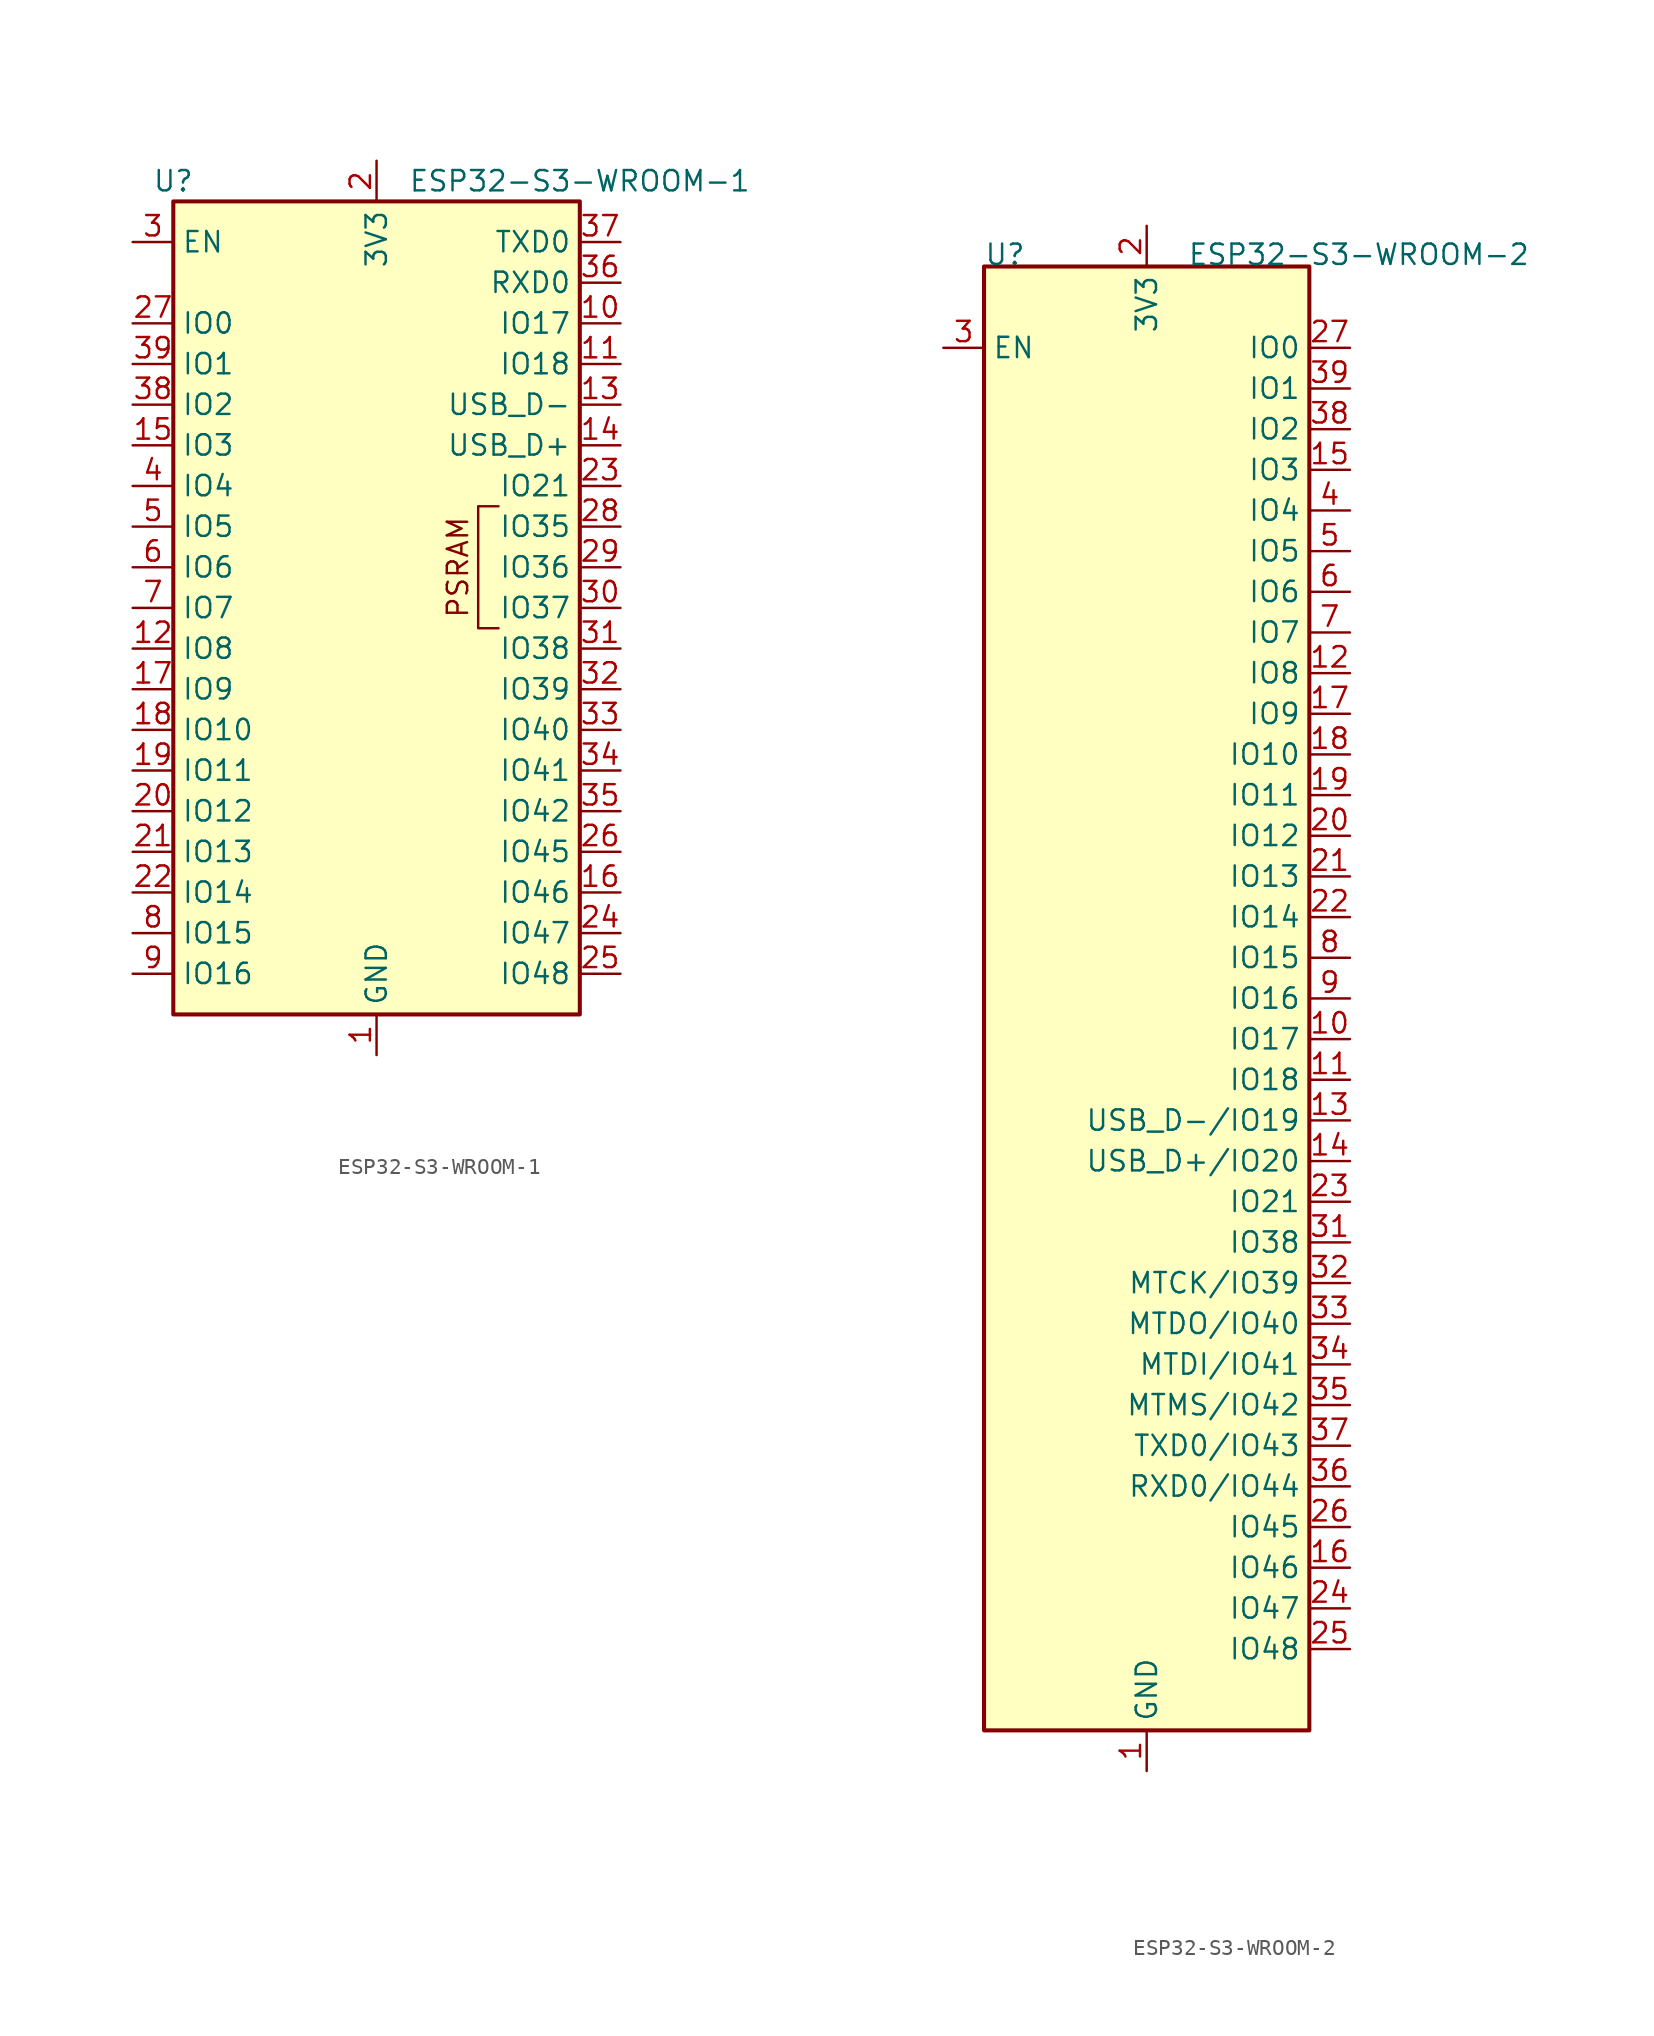
<source format=kicad_sym>
(kicad_symbol_lib
  (version 20241209)
  (generator "kicad_symbol_editor")
  (generator_version "9.0")
  (symbol "ESP32-S3-WROOM-1"
    (property "Reference" "U"
      (at -12.7 26.67 0)
      (effects (font (size 1.27 1.27))))
    (property "Value" "ESP32-S3-WROOM-1"
      (at 12.7 26.67 0)
      (effects (font (size 1.27 1.27))))
    (symbol "ESP32-S3-WROOM-1_0_0"
      (rectangle (start -12.7 25.4) (end 12.7 -25.4) (stroke (width 0.254) (type default)) (fill (type background)))
      (text "PSRAM" (at 5.08 2.54 900) (effects (font (size 1.27 1.27)))))
    (symbol "ESP32-S3-WROOM-1_0_1"
      (polyline (pts (xy 7.62 -1.27) (xy 6.35 -1.27) (xy 6.35 6.35) (xy 7.62 6.35)) (stroke (width 0) (type default)) (fill (type none))))
    (symbol "ESP32-S3-WROOM-1_1_1"
      (pin input line (at -15.24 22.86 0) (length 2.54) (name "EN" (effects (font (size 1.27 1.27)))) (number "3" (effects (font (size 1.27 1.27)))))
      (pin bidirectional line (at -15.24 17.78 0) (length 2.54) (name "IO0" (effects (font (size 1.27 1.27)))) (number "27" (effects (font (size 1.27 1.27)))))
      (pin bidirectional line (at -15.24 15.24 0) (length 2.54) (name "IO1" (effects (font (size 1.27 1.27)))) (number "39" (effects (font (size 1.27 1.27)))))
      (pin bidirectional line (at -15.24 12.7 0) (length 2.54) (name "IO2" (effects (font (size 1.27 1.27)))) (number "38" (effects (font (size 1.27 1.27)))))
      (pin bidirectional line (at -15.24 10.16 0) (length 2.54) (name "IO3" (effects (font (size 1.27 1.27)))) (number "15" (effects (font (size 1.27 1.27)))))
      (pin bidirectional line (at -15.24 7.62 0) (length 2.54) (name "IO4" (effects (font (size 1.27 1.27)))) (number "4" (effects (font (size 1.27 1.27)))))
      (pin bidirectional line (at -15.24 5.08 0) (length 2.54) (name "IO5" (effects (font (size 1.27 1.27)))) (number "5" (effects (font (size 1.27 1.27)))))
      (pin bidirectional line (at -15.24 2.54 0) (length 2.54) (name "IO6" (effects (font (size 1.27 1.27)))) (number "6" (effects (font (size 1.27 1.27)))))
      (pin bidirectional line (at -15.24 0 0) (length 2.54) (name "IO7" (effects (font (size 1.27 1.27)))) (number "7" (effects (font (size 1.27 1.27)))))
      (pin bidirectional line (at -15.24 -2.54 0) (length 2.54) (name "IO8" (effects (font (size 1.27 1.27)))) (number "12" (effects (font (size 1.27 1.27)))))
      (pin bidirectional line (at -15.24 -5.08 0) (length 2.54) (name "IO9" (effects (font (size 1.27 1.27)))) (number "17" (effects (font (size 1.27 1.27)))))
      (pin bidirectional line (at -15.24 -7.62 0) (length 2.54) (name "IO10" (effects (font (size 1.27 1.27)))) (number "18" (effects (font (size 1.27 1.27)))))
      (pin bidirectional line (at -15.24 -10.16 0) (length 2.54) (name "IO11" (effects (font (size 1.27 1.27)))) (number "19" (effects (font (size 1.27 1.27)))))
      (pin bidirectional line (at -15.24 -12.7 0) (length 2.54) (name "IO12" (effects (font (size 1.27 1.27)))) (number "20" (effects (font (size 1.27 1.27)))))
      (pin bidirectional line (at -15.24 -15.24 0) (length 2.54) (name "IO13" (effects (font (size 1.27 1.27)))) (number "21" (effects (font (size 1.27 1.27)))))
      (pin bidirectional line (at -15.24 -17.78 0) (length 2.54) (name "IO14" (effects (font (size 1.27 1.27)))) (number "22" (effects (font (size 1.27 1.27)))))
      (pin bidirectional line (at -15.24 -20.32 0) (length 2.54) (name "IO15" (effects (font (size 1.27 1.27)))) (number "8" (effects (font (size 1.27 1.27)))))
      (pin bidirectional line (at -15.24 -22.86 0) (length 2.54) (name "IO16" (effects (font (size 1.27 1.27)))) (number "9" (effects (font (size 1.27 1.27)))))
      (pin power_in line (at 0 27.94 270) (length 2.54) (name "3V3" (effects (font (size 1.27 1.27)))) (number "2" (effects (font (size 1.27 1.27)))))
      (pin power_in line (at 0 -27.94 90) (length 2.54) (name "GND" (effects (font (size 1.27 1.27)))) (number "1" (effects (font (size 1.27 1.27)))))
      (pin passive line (at 0 -27.94 90) (length 2.54) (hide yes) (name "GND" (effects (font (size 1.27 1.27)))) (number "40" (effects (font (size 1.27 1.27)))))
      (pin passive line (at 0 -27.94 90) (length 2.54) (hide yes) (name "GND" (effects (font (size 1.27 1.27)))) (number "41" (effects (font (size 1.27 1.27)))))
      (pin bidirectional line (at 15.24 22.86 180) (length 2.54) (name "TXD0" (effects (font (size 1.27 1.27)))) (number "37" (effects (font (size 1.27 1.27)))))
      (pin bidirectional line (at 15.24 20.32 180) (length 2.54) (name "RXD0" (effects (font (size 1.27 1.27)))) (number "36" (effects (font (size 1.27 1.27)))))
      (pin bidirectional line (at 15.24 17.78 180) (length 2.54) (name "IO17" (effects (font (size 1.27 1.27)))) (number "10" (effects (font (size 1.27 1.27)))))
      (pin bidirectional line (at 15.24 15.24 180) (length 2.54) (name "IO18" (effects (font (size 1.27 1.27)))) (number "11" (effects (font (size 1.27 1.27)))))
      (pin bidirectional line (at 15.24 12.7 180) (length 2.54) (name "USB_D-" (effects (font (size 1.27 1.27)))) (number "13" (effects (font (size 1.27 1.27)))) (alternate "IO19" bidirectional line))
      (pin bidirectional line (at 15.24 10.16 180) (length 2.54) (name "USB_D+" (effects (font (size 1.27 1.27)))) (number "14" (effects (font (size 1.27 1.27)))) (alternate "IO20" bidirectional line))
      (pin bidirectional line (at 15.24 7.62 180) (length 2.54) (name "IO21" (effects (font (size 1.27 1.27)))) (number "23" (effects (font (size 1.27 1.27)))))
      (pin bidirectional line (at 15.24 5.08 180) (length 2.54) (name "IO35" (effects (font (size 1.27 1.27)))) (number "28" (effects (font (size 1.27 1.27)))))
      (pin bidirectional line (at 15.24 2.54 180) (length 2.54) (name "IO36" (effects (font (size 1.27 1.27)))) (number "29" (effects (font (size 1.27 1.27)))))
      (pin bidirectional line (at 15.24 0 180) (length 2.54) (name "IO37" (effects (font (size 1.27 1.27)))) (number "30" (effects (font (size 1.27 1.27)))))
      (pin bidirectional line (at 15.24 -2.54 180) (length 2.54) (name "IO38" (effects (font (size 1.27 1.27)))) (number "31" (effects (font (size 1.27 1.27)))))
      (pin bidirectional line (at 15.24 -5.08 180) (length 2.54) (name "IO39" (effects (font (size 1.27 1.27)))) (number "32" (effects (font (size 1.27 1.27)))))
      (pin bidirectional line (at 15.24 -7.62 180) (length 2.54) (name "IO40" (effects (font (size 1.27 1.27)))) (number "33" (effects (font (size 1.27 1.27)))))
      (pin bidirectional line (at 15.24 -10.16 180) (length 2.54) (name "IO41" (effects (font (size 1.27 1.27)))) (number "34" (effects (font (size 1.27 1.27)))))
      (pin bidirectional line (at 15.24 -12.7 180) (length 2.54) (name "IO42" (effects (font (size 1.27 1.27)))) (number "35" (effects (font (size 1.27 1.27)))))
      (pin bidirectional line (at 15.24 -15.24 180) (length 2.54) (name "IO45" (effects (font (size 1.27 1.27)))) (number "26" (effects (font (size 1.27 1.27)))))
      (pin bidirectional line (at 15.24 -17.78 180) (length 2.54) (name "IO46" (effects (font (size 1.27 1.27)))) (number "16" (effects (font (size 1.27 1.27)))))
      (pin bidirectional line (at 15.24 -20.32 180) (length 2.54) (name "IO47" (effects (font (size 1.27 1.27)))) (number "24" (effects (font (size 1.27 1.27)))))
      (pin bidirectional line (at 15.24 -22.86 180) (length 2.54) (name "IO48" (effects (font (size 1.27 1.27)))) (number "25" (effects (font (size 1.27 1.27)))))))
  (symbol "ESP32-S3-WROOM-2"
    (property "Reference" "U"
      (at -10.16 45.72 0)
      (effects (font (size 1.27 1.27)) (justify left bottom)))
    (property "Value" "ESP32-S3-WROOM-2"
      (at 2.54 45.72 0)
      (effects (font (size 1.27 1.27)) (justify left bottom)))
    (symbol "ESP32-S3-WROOM-2_0_1"
      (rectangle (start -10.16 45.72) (end 10.16 -45.72) (stroke (width 0.254) (type default)) (fill (type background))))
    (symbol "ESP32-S3-WROOM-2_1_1"
      (pin input line (at -12.7 40.64 0) (length 2.54) (name "EN" (effects (font (size 1.27 1.27)))) (number "3" (effects (font (size 1.27 1.27)))))
      (pin no_connect line (at -10.16 -35.56 0) (length 2.54) (hide yes) (name "NC" (effects (font (size 1.27 1.27)))) (number "28" (effects (font (size 1.27 1.27)))))
      (pin no_connect line (at -10.16 -38.1 0) (length 2.54) (hide yes) (name "NC" (effects (font (size 1.27 1.27)))) (number "29" (effects (font (size 1.27 1.27)))))
      (pin no_connect line (at -10.16 -40.64 0) (length 2.54) (hide yes) (name "NC" (effects (font (size 1.27 1.27)))) (number "30" (effects (font (size 1.27 1.27)))))
      (pin power_in line (at 0 48.26 270) (length 2.54) (name "3V3" (effects (font (size 1.27 1.27)))) (number "2" (effects (font (size 1.27 1.27)))))
      (pin power_in line (at 0 -48.26 90) (length 2.54) (name "GND" (effects (font (size 1.27 1.27)))) (number "1" (effects (font (size 1.27 1.27)))))
      (pin passive line (at 0 -48.26 90) (length 2.54) (hide yes) (name "GND" (effects (font (size 1.27 1.27)))) (number "40" (effects (font (size 1.27 1.27)))))
      (pin passive line (at 0 -48.26 90) (length 2.54) (hide yes) (name "GND" (effects (font (size 1.27 1.27)))) (number "41" (effects (font (size 1.27 1.27)))))
      (pin bidirectional line (at 12.7 40.64 180) (length 2.54) (name "IO0" (effects (font (size 1.27 1.27)))) (number "27" (effects (font (size 1.27 1.27)))))
      (pin bidirectional line (at 12.7 38.1 180) (length 2.54) (name "IO1" (effects (font (size 1.27 1.27)))) (number "39" (effects (font (size 1.27 1.27)))))
      (pin bidirectional line (at 12.7 35.56 180) (length 2.54) (name "IO2" (effects (font (size 1.27 1.27)))) (number "38" (effects (font (size 1.27 1.27)))))
      (pin bidirectional line (at 12.7 33.02 180) (length 2.54) (name "IO3" (effects (font (size 1.27 1.27)))) (number "15" (effects (font (size 1.27 1.27)))))
      (pin bidirectional line (at 12.7 30.48 180) (length 2.54) (name "IO4" (effects (font (size 1.27 1.27)))) (number "4" (effects (font (size 1.27 1.27)))))
      (pin bidirectional line (at 12.7 27.94 180) (length 2.54) (name "IO5" (effects (font (size 1.27 1.27)))) (number "5" (effects (font (size 1.27 1.27)))))
      (pin bidirectional line (at 12.7 25.4 180) (length 2.54) (name "IO6" (effects (font (size 1.27 1.27)))) (number "6" (effects (font (size 1.27 1.27)))))
      (pin bidirectional line (at 12.7 22.86 180) (length 2.54) (name "IO7" (effects (font (size 1.27 1.27)))) (number "7" (effects (font (size 1.27 1.27)))))
      (pin bidirectional line (at 12.7 20.32 180) (length 2.54) (name "IO8" (effects (font (size 1.27 1.27)))) (number "12" (effects (font (size 1.27 1.27)))))
      (pin bidirectional line (at 12.7 17.78 180) (length 2.54) (name "IO9" (effects (font (size 1.27 1.27)))) (number "17" (effects (font (size 1.27 1.27)))))
      (pin bidirectional line (at 12.7 15.24 180) (length 2.54) (name "IO10" (effects (font (size 1.27 1.27)))) (number "18" (effects (font (size 1.27 1.27)))))
      (pin bidirectional line (at 12.7 12.7 180) (length 2.54) (name "IO11" (effects (font (size 1.27 1.27)))) (number "19" (effects (font (size 1.27 1.27)))))
      (pin bidirectional line (at 12.7 10.16 180) (length 2.54) (name "IO12" (effects (font (size 1.27 1.27)))) (number "20" (effects (font (size 1.27 1.27)))))
      (pin bidirectional line (at 12.7 7.62 180) (length 2.54) (name "IO13" (effects (font (size 1.27 1.27)))) (number "21" (effects (font (size 1.27 1.27)))))
      (pin bidirectional line (at 12.7 5.08 180) (length 2.54) (name "IO14" (effects (font (size 1.27 1.27)))) (number "22" (effects (font (size 1.27 1.27)))))
      (pin bidirectional line (at 12.7 2.54 180) (length 2.54) (name "IO15" (effects (font (size 1.27 1.27)))) (number "8" (effects (font (size 1.27 1.27)))))
      (pin bidirectional line (at 12.7 0 180) (length 2.54) (name "IO16" (effects (font (size 1.27 1.27)))) (number "9" (effects (font (size 1.27 1.27)))))
      (pin bidirectional line (at 12.7 -2.54 180) (length 2.54) (name "IO17" (effects (font (size 1.27 1.27)))) (number "10" (effects (font (size 1.27 1.27)))))
      (pin bidirectional line (at 12.7 -5.08 180) (length 2.54) (name "IO18" (effects (font (size 1.27 1.27)))) (number "11" (effects (font (size 1.27 1.27)))))
      (pin bidirectional line (at 12.7 -7.62 180) (length 2.54) (name "USB_D-/IO19" (effects (font (size 1.27 1.27)))) (number "13" (effects (font (size 1.27 1.27)))))
      (pin bidirectional line (at 12.7 -10.16 180) (length 2.54) (name "USB_D+/IO20" (effects (font (size 1.27 1.27)))) (number "14" (effects (font (size 1.27 1.27)))))
      (pin bidirectional line (at 12.7 -12.7 180) (length 2.54) (name "IO21" (effects (font (size 1.27 1.27)))) (number "23" (effects (font (size 1.27 1.27)))))
      (pin bidirectional line (at 12.7 -15.24 180) (length 2.54) (name "IO38" (effects (font (size 1.27 1.27)))) (number "31" (effects (font (size 1.27 1.27)))))
      (pin bidirectional line (at 12.7 -17.78 180) (length 2.54) (name "MTCK/IO39" (effects (font (size 1.27 1.27)))) (number "32" (effects (font (size 1.27 1.27)))))
      (pin bidirectional line (at 12.7 -20.32 180) (length 2.54) (name "MTDO/IO40" (effects (font (size 1.27 1.27)))) (number "33" (effects (font (size 1.27 1.27)))))
      (pin bidirectional line (at 12.7 -22.86 180) (length 2.54) (name "MTDI/IO41" (effects (font (size 1.27 1.27)))) (number "34" (effects (font (size 1.27 1.27)))))
      (pin bidirectional line (at 12.7 -25.4 180) (length 2.54) (name "MTMS/IO42" (effects (font (size 1.27 1.27)))) (number "35" (effects (font (size 1.27 1.27)))))
      (pin bidirectional line (at 12.7 -27.94 180) (length 2.54) (name "TXD0/IO43" (effects (font (size 1.27 1.27)))) (number "37" (effects (font (size 1.27 1.27)))))
      (pin bidirectional line (at 12.7 -30.48 180) (length 2.54) (name "RXD0/IO44" (effects (font (size 1.27 1.27)))) (number "36" (effects (font (size 1.27 1.27)))))
      (pin bidirectional line (at 12.7 -33.02 180) (length 2.54) (name "IO45" (effects (font (size 1.27 1.27)))) (number "26" (effects (font (size 1.27 1.27)))))
      (pin bidirectional line (at 12.7 -35.56 180) (length 2.54) (name "IO46" (effects (font (size 1.27 1.27)))) (number "16" (effects (font (size 1.27 1.27)))))
      (pin bidirectional line (at 12.7 -38.1 180) (length 2.54) (name "IO47" (effects (font (size 1.27 1.27)))) (number "24" (effects (font (size 1.27 1.27)))))
      (pin bidirectional line (at 12.7 -40.64 180) (length 2.54) (name "IO48" (effects (font (size 1.27 1.27)))) (number "25" (effects (font (size 1.27 1.27))))))))
</source>
